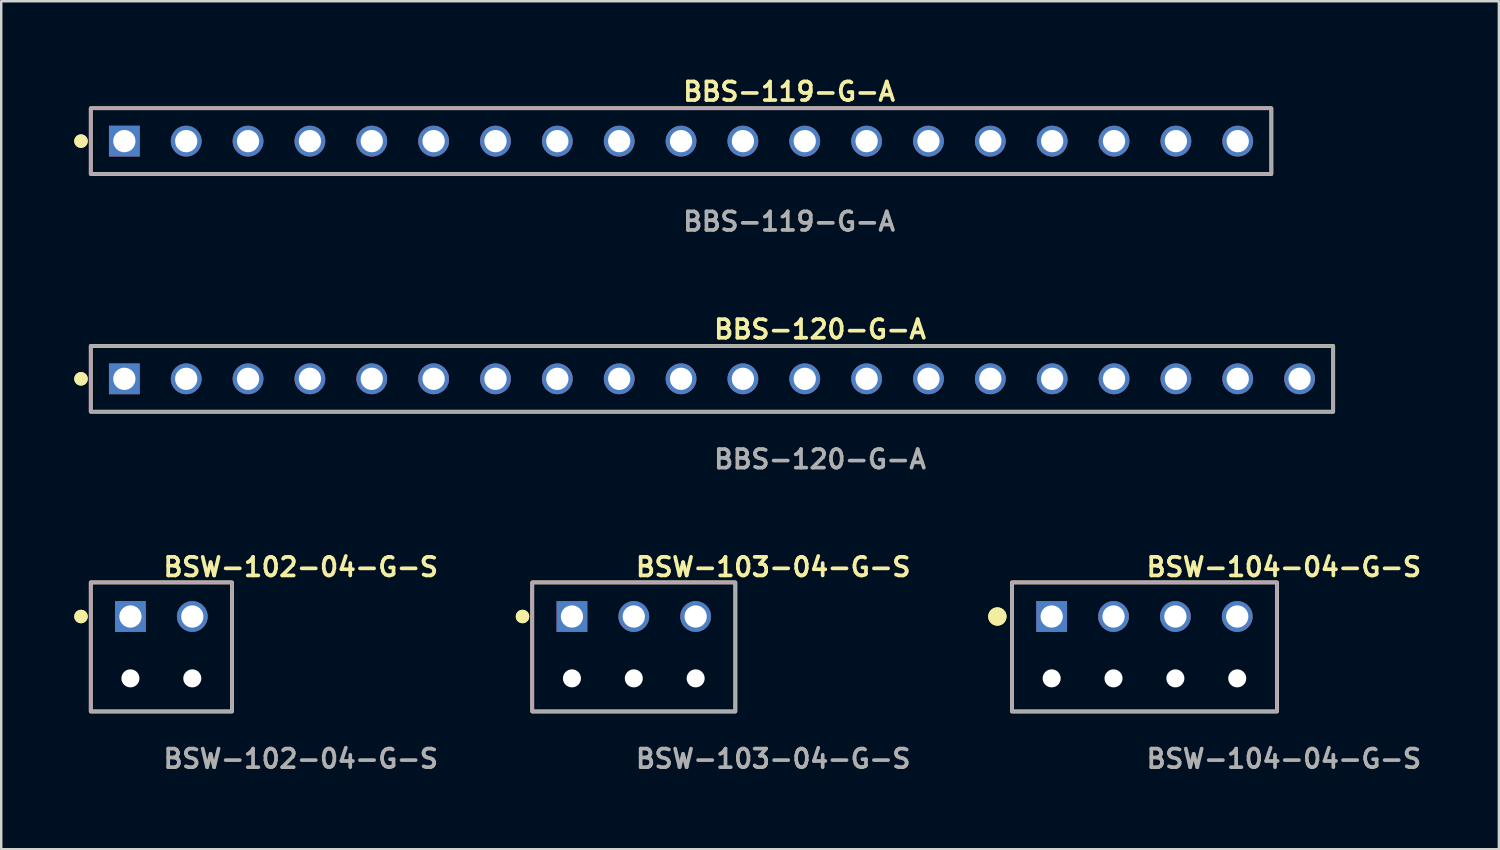
<source format=kicad_pcb>
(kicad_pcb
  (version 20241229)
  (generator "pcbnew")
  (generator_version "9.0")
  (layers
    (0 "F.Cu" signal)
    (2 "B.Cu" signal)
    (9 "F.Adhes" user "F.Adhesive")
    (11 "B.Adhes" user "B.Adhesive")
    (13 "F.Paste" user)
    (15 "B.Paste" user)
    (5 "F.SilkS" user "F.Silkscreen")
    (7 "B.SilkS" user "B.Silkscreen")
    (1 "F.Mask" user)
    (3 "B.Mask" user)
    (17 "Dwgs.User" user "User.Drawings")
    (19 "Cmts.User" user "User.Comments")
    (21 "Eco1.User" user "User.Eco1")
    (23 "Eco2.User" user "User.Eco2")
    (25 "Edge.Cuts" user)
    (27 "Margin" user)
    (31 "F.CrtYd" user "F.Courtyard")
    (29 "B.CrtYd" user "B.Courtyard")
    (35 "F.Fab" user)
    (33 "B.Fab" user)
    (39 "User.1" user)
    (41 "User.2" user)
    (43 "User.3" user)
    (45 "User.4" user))
  (footprint "BBS-120-G-A"
    (layer "F.Cu")
    (at 26.186 12.506)
    (property "Reference" "BBS-120-G-A" (at 0 -2.032 0) (unlocked yes) (layer "F.SilkS") (effects (font (size 0.762 0.762) (thickness 0.152)) (justify left)))
    (fp_rect (start -25.51 1.35) (end 25.51 -1.35) (stroke (width 0.152) (type solid)) (fill no) (layer "F.SilkS"))
    (fp_circle (center -25.91 0) (end -26.11 0) (stroke (width 0.152) (type solid)) (fill yes) (layer "F.SilkS"))
    (fp_circle (center -25.91 0) (end -26.11 0) (stroke (width 0.152) (type solid)) (fill yes) (layer "F.SilkS"))
    (fp_rect (start -25.51 1.35) (end 25.51 -1.35) (stroke (width 0.006) (type solid)) (fill no) (layer "F.CrtYd"))
    (fp_rect (start -25.51 1.35) (end 25.51 -1.35) (stroke (width 0.152) (type solid)) (fill no) (layer "F.Fab"))
    (fp_text user "${REFERENCE}" (at 0 3.302 0) (unlocked yes) (layer "F.Fab") (effects (font (size 0.762 0.762) (thickness 0.152)) (justify left)))
    (pad "1" thru_hole rect (at -24.13 0) (size 1.264 1.264) (drill 0.914) (layers "*.Cu" "*.Mask"))
    (pad "2" thru_hole circle (at -21.59 0) (size 1.264 1.264) (drill 0.914) (layers "*.Cu" "*.Mask"))
    (pad "3" thru_hole circle (at -19.05 0) (size 1.264 1.264) (drill 0.914) (layers "*.Cu" "*.Mask"))
    (pad "4" thru_hole circle (at -16.51 0) (size 1.264 1.264) (drill 0.914) (layers "*.Cu" "*.Mask"))
    (pad "5" thru_hole circle (at -13.97 0) (size 1.264 1.264) (drill 0.914) (layers "*.Cu" "*.Mask"))
    (pad "6" thru_hole circle (at -11.43 0) (size 1.264 1.264) (drill 0.914) (layers "*.Cu" "*.Mask"))
    (pad "7" thru_hole circle (at -8.89 0) (size 1.264 1.264) (drill 0.914) (layers "*.Cu" "*.Mask"))
    (pad "8" thru_hole circle (at -6.35 0) (size 1.264 1.264) (drill 0.914) (layers "*.Cu" "*.Mask"))
    (pad "9" thru_hole circle (at -3.81 0) (size 1.264 1.264) (drill 0.914) (layers "*.Cu" "*.Mask"))
    (pad "10" thru_hole circle (at -1.27 0) (size 1.264 1.264) (drill 0.914) (layers "*.Cu" "*.Mask"))
    (pad "11" thru_hole circle (at 1.27 0) (size 1.264 1.264) (drill 0.914) (layers "*.Cu" "*.Mask"))
    (pad "12" thru_hole circle (at 3.81 0) (size 1.264 1.264) (drill 0.914) (layers "*.Cu" "*.Mask"))
    (pad "13" thru_hole circle (at 6.35 0) (size 1.264 1.264) (drill 0.914) (layers "*.Cu" "*.Mask"))
    (pad "14" thru_hole circle (at 8.89 0) (size 1.264 1.264) (drill 0.914) (layers "*.Cu" "*.Mask"))
    (pad "15" thru_hole circle (at 11.43 0) (size 1.264 1.264) (drill 0.914) (layers "*.Cu" "*.Mask"))
    (pad "16" thru_hole circle (at 13.97 0) (size 1.264 1.264) (drill 0.914) (layers "*.Cu" "*.Mask"))
    (pad "17" thru_hole circle (at 16.51 0) (size 1.264 1.264) (drill 0.914) (layers "*.Cu" "*.Mask"))
    (pad "18" thru_hole circle (at 19.05 0) (size 1.264 1.264) (drill 0.914) (layers "*.Cu" "*.Mask"))
    (pad "19" thru_hole circle (at 21.59 0) (size 1.264 1.264) (drill 0.914) (layers "*.Cu" "*.Mask"))
    (pad "20" thru_hole circle (at 24.13 0) (size 1.264 1.264) (drill 0.914) (layers "*.Cu" "*.Mask")))
  (footprint "BSW-102-04-G-S"
    (layer "F.Cu")
    (at 3.576 22.266)
    (property "Reference" "BSW-102-04-G-S" (at 0 -2.032 0) (unlocked yes) (layer "F.SilkS") (effects (font (size 0.762 0.762) (thickness 0.152)) (justify left)))
    (fp_rect (start -2.9 3.9) (end 2.9 -1.4) (stroke (width 0.152) (type solid)) (fill no) (layer "F.SilkS"))
    (fp_circle (center -3.3 0) (end -3.5 0) (stroke (width 0.152) (type solid)) (fill yes) (layer "F.SilkS"))
    (fp_circle (center -3.3 0) (end -3.5 0) (stroke (width 0.152) (type solid)) (fill yes) (layer "F.SilkS"))
    (fp_rect (start -2.9 3.9) (end 2.9 -1.4) (stroke (width 0.006) (type solid)) (fill no) (layer "F.CrtYd"))
    (fp_rect (start -2.9 3.9) (end 2.9 -1.4) (stroke (width 0.152) (type solid)) (fill no) (layer "F.Fab"))
    (fp_text user "${REFERENCE}" (at 0 5.842 0) (unlocked yes) (layer "F.Fab") (effects (font (size 0.762 0.762) (thickness 0.152)) (justify left)))
    (pad "" np_thru_hole circle (at -1.27 2.54) (size 0.74 0.74) (drill 0.74) (layers "*.Cu" "*.Mask"))
    (pad "" np_thru_hole circle (at 1.27 2.54) (size 0.74 0.74) (drill 0.74) (layers "*.Cu" "*.Mask"))
    (pad "1" thru_hole rect (at -1.27 0) (size 1.264 1.264) (drill 0.914) (layers "*.Cu" "*.Mask"))
    (pad "2" thru_hole circle (at 1.27 0) (size 1.264 1.264) (drill 0.914) (layers "*.Cu" "*.Mask")))
  (footprint "BSW-103-04-G-S"
    (layer "F.Cu")
    (at 22.976 22.266)
    (property "Reference" "BSW-103-04-G-S" (at 0 -2.032 0) (unlocked yes) (layer "F.SilkS") (effects (font (size 0.762 0.762) (thickness 0.152)) (justify left)))
    (fp_rect (start -4.17 3.9) (end 4.17 -1.4) (stroke (width 0.152) (type solid)) (fill no) (layer "F.SilkS"))
    (fp_circle (center -4.57 0) (end -4.77 0) (stroke (width 0.152) (type solid)) (fill yes) (layer "F.SilkS"))
    (fp_circle (center -4.57 0) (end -4.77 0) (stroke (width 0.152) (type solid)) (fill yes) (layer "F.SilkS"))
    (fp_rect (start -4.17 3.9) (end 4.17 -1.4) (stroke (width 0.006) (type solid)) (fill no) (layer "F.CrtYd"))
    (fp_rect (start -4.17 3.9) (end 4.17 -1.4) (stroke (width 0.152) (type solid)) (fill no) (layer "F.Fab"))
    (fp_text user "${REFERENCE}" (at 0 5.842 0) (unlocked yes) (layer "F.Fab") (effects (font (size 0.762 0.762) (thickness 0.152)) (justify left)))
    (pad "" np_thru_hole circle (at -2.54 2.54) (size 0.74 0.74) (drill 0.74) (layers "*.Cu" "*.Mask"))
    (pad "" np_thru_hole circle (at 0 2.54) (size 0.74 0.74) (drill 0.74) (layers "*.Cu" "*.Mask"))
    (pad "" np_thru_hole circle (at 2.54 2.54) (size 0.74 0.74) (drill 0.74) (layers "*.Cu" "*.Mask"))
    (pad "1" thru_hole rect (at -2.54 0) (size 1.264 1.264) (drill 0.914) (layers "*.Cu" "*.Mask"))
    (pad "2" thru_hole circle (at 0 0) (size 1.264 1.264) (drill 0.914) (layers "*.Cu" "*.Mask"))
    (pad "3" thru_hole circle (at 2.54 0) (size 1.264 1.264) (drill 0.914) (layers "*.Cu" "*.Mask")))
  (footprint "BSW-104-04-G-S"
    (layer "F.Cu")
    (at 43.945 22.266)
    (property "Reference" "BSW-104-04-G-S" (at 0 -2.032 0) (unlocked yes) (layer "F.SilkS") (effects (font (size 0.762 0.762) (thickness 0.152)) (justify left)))
    (fp_rect (start -5.44 3.9) (end 5.44 -1.4) (stroke (width 0.152) (type solid)) (fill no) (layer "F.SilkS"))
    (fp_circle (center -6.04 0) (end -6.34 0) (stroke (width 0.152) (type solid)) (fill yes) (layer "F.SilkS"))
    (fp_circle (center -6.04 0) (end -6.34 0) (stroke (width 0.152) (type solid)) (fill yes) (layer "F.SilkS"))
    (fp_rect (start -5.44 3.9) (end 5.44 -1.4) (stroke (width 0.006) (type solid)) (fill no) (layer "F.CrtYd"))
    (fp_rect (start -5.44 3.9) (end 5.44 -1.4) (stroke (width 0.152) (type solid)) (fill no) (layer "F.Fab"))
    (fp_text user "${REFERENCE}" (at 0 5.842 0) (unlocked yes) (layer "F.Fab") (effects (font (size 0.762 0.762) (thickness 0.152)) (justify left)))
    (pad "" np_thru_hole circle (at -3.81 2.54) (size 0.74 0.74) (drill 0.74) (layers "*.Cu" "*.Mask"))
    (pad "" np_thru_hole circle (at -1.27 2.54) (size 0.74 0.74) (drill 0.74) (layers "*.Cu" "*.Mask"))
    (pad "" np_thru_hole circle (at 1.27 2.54) (size 0.74 0.74) (drill 0.74) (layers "*.Cu" "*.Mask"))
    (pad "" np_thru_hole circle (at 3.81 2.54) (size 0.74 0.74) (drill 0.74) (layers "*.Cu" "*.Mask"))
    (pad "1" thru_hole rect (at -3.81 0) (size 1.264 1.264) (drill 0.914) (layers "*.Cu" "*.Mask"))
    (pad "2" thru_hole circle (at -1.27 0) (size 1.264 1.264) (drill 0.914) (layers "*.Cu" "*.Mask"))
    (pad "3" thru_hole circle (at 1.27 0) (size 1.264 1.264) (drill 0.914) (layers "*.Cu" "*.Mask"))
    (pad "4" thru_hole circle (at 3.81 0) (size 1.264 1.264) (drill 0.914) (layers "*.Cu" "*.Mask")))
  (footprint "BBS-119-G-A"
    (layer "F.Cu")
    (at 24.916 2.745)
    (property "Reference" "BBS-119-G-A" (at 0 -2.032 0) (unlocked yes) (layer "F.SilkS") (effects (font (size 0.762 0.762) (thickness 0.152)) (justify left)))
    (fp_rect (start -24.24 1.35) (end 24.24 -1.35) (stroke (width 0.152) (type solid)) (fill no) (layer "F.SilkS"))
    (fp_circle (center -24.64 0) (end -24.84 0) (stroke (width 0.152) (type solid)) (fill yes) (layer "F.SilkS"))
    (fp_circle (center -24.64 0) (end -24.84 0) (stroke (width 0.152) (type solid)) (fill yes) (layer "F.SilkS"))
    (fp_rect (start -24.24 1.35) (end 24.24 -1.35) (stroke (width 0.006) (type solid)) (fill no) (layer "F.CrtYd"))
    (fp_rect (start -24.24 1.35) (end 24.24 -1.35) (stroke (width 0.152) (type solid)) (fill no) (layer "F.Fab"))
    (fp_text user "${REFERENCE}" (at 0 3.302 0) (unlocked yes) (layer "F.Fab") (effects (font (size 0.762 0.762) (thickness 0.152)) (justify left)))
    (pad "1" thru_hole rect (at -22.86 0) (size 1.264 1.264) (drill 0.914) (layers "*.Cu" "*.Mask"))
    (pad "2" thru_hole circle (at -20.32 0) (size 1.264 1.264) (drill 0.914) (layers "*.Cu" "*.Mask"))
    (pad "3" thru_hole circle (at -17.78 0) (size 1.264 1.264) (drill 0.914) (layers "*.Cu" "*.Mask"))
    (pad "4" thru_hole circle (at -15.24 0) (size 1.264 1.264) (drill 0.914) (layers "*.Cu" "*.Mask"))
    (pad "5" thru_hole circle (at -12.7 0) (size 1.264 1.264) (drill 0.914) (layers "*.Cu" "*.Mask"))
    (pad "6" thru_hole circle (at -10.16 0) (size 1.264 1.264) (drill 0.914) (layers "*.Cu" "*.Mask"))
    (pad "7" thru_hole circle (at -7.62 0) (size 1.264 1.264) (drill 0.914) (layers "*.Cu" "*.Mask"))
    (pad "8" thru_hole circle (at -5.08 0) (size 1.264 1.264) (drill 0.914) (layers "*.Cu" "*.Mask"))
    (pad "9" thru_hole circle (at -2.54 0) (size 1.264 1.264) (drill 0.914) (layers "*.Cu" "*.Mask"))
    (pad "10" thru_hole circle (at 0 0) (size 1.264 1.264) (drill 0.914) (layers "*.Cu" "*.Mask"))
    (pad "11" thru_hole circle (at 2.54 0) (size 1.264 1.264) (drill 0.914) (layers "*.Cu" "*.Mask"))
    (pad "12" thru_hole circle (at 5.08 0) (size 1.264 1.264) (drill 0.914) (layers "*.Cu" "*.Mask"))
    (pad "13" thru_hole circle (at 7.62 0) (size 1.264 1.264) (drill 0.914) (layers "*.Cu" "*.Mask"))
    (pad "14" thru_hole circle (at 10.16 0) (size 1.264 1.264) (drill 0.914) (layers "*.Cu" "*.Mask"))
    (pad "15" thru_hole circle (at 12.7 0) (size 1.264 1.264) (drill 0.914) (layers "*.Cu" "*.Mask"))
    (pad "16" thru_hole circle (at 15.24 0) (size 1.264 1.264) (drill 0.914) (layers "*.Cu" "*.Mask"))
    (pad "17" thru_hole circle (at 17.78 0) (size 1.264 1.264) (drill 0.914) (layers "*.Cu" "*.Mask"))
    (pad "18" thru_hole circle (at 20.32 0) (size 1.264 1.264) (drill 0.914) (layers "*.Cu" "*.Mask"))
    (pad "19" thru_hole circle (at 22.86 0) (size 1.264 1.264) (drill 0.914) (layers "*.Cu" "*.Mask")))
  (gr_rect
    (start -3 -3)
    (end 58.499 31.821)
    (stroke (width 0.1) (type default))
    (fill no)
    (layer "Edge.Cuts")))
</source>
